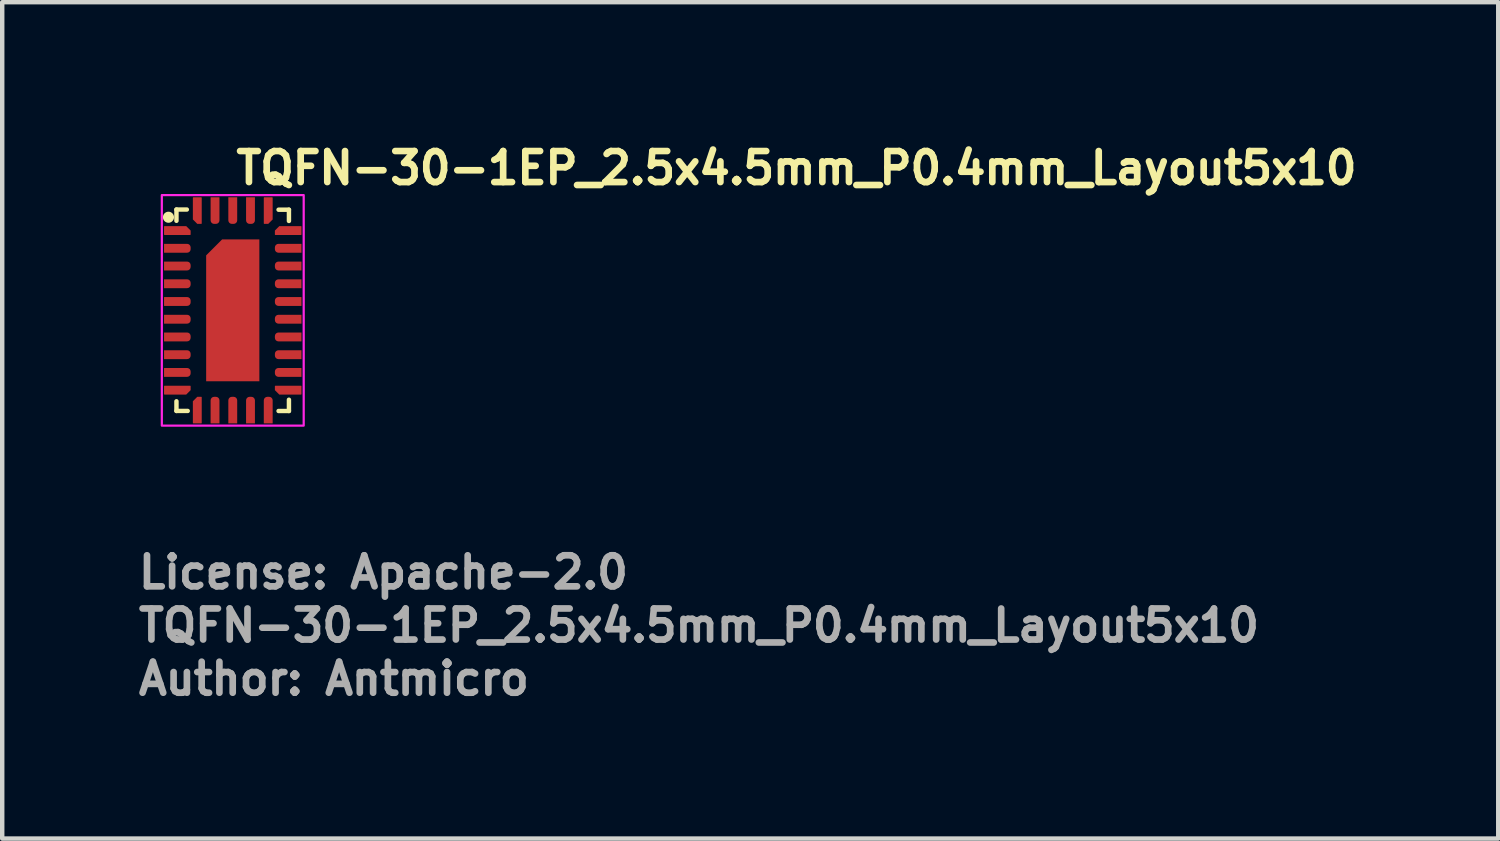
<source format=kicad_pcb>
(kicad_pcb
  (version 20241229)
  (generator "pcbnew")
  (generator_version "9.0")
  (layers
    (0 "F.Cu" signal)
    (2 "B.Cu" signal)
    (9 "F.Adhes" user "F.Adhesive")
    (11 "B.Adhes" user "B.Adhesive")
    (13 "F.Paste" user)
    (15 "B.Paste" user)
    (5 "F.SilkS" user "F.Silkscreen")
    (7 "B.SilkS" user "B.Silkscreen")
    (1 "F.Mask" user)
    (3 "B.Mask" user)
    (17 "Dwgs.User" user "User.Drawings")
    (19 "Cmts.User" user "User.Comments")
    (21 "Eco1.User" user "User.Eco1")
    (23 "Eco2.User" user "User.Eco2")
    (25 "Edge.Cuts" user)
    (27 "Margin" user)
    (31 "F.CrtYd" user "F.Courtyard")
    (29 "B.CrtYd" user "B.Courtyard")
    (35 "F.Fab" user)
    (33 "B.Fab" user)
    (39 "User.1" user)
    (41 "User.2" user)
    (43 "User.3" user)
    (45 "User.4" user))
  (footprint "TQFN-30-1EP_2.5x4.5mm_P0.4mm_Layout5x10"
    (layer "F.Cu")
    (at 2.2 3.95)
    (property "Reference" "TQFN-30-1EP_2.5x4.5mm_P0.4mm_Layout5x10" (at 0 -2.8 0) (layer "F.SilkS") (effects (font (size 0.7 0.7) (thickness 0.15)) (justify left bottom)))
    (attr smd)
    (fp_line (start -1.27 -2.274) (end -1.27 -2.02) (stroke (width 0.1) (type default)) (layer "F.SilkS"))
    (fp_line (start -1.27 2.051) (end -1.27 2.269) (stroke (width 0.1) (type default)) (layer "F.SilkS"))
    (fp_line (start -1.27 2.269) (end -1.016 2.269) (stroke (width 0.1) (type default)) (layer "F.SilkS"))
    (fp_line (start -1.036 -2.274) (end -1.27 -2.274) (stroke (width 0.1) (type default)) (layer "F.SilkS"))
    (fp_line (start 1.033 -2.27) (end 1.267 -2.27) (stroke (width 0.1) (type default)) (layer "F.SilkS"))
    (fp_line (start 1.033 2.27) (end 1.267 2.27) (stroke (width 0.1) (type default)) (layer "F.SilkS"))
    (fp_line (start 1.267 -2.27) (end 1.267 -2.016) (stroke (width 0.1) (type default)) (layer "F.SilkS"))
    (fp_line (start 1.267 2.27) (end 1.267 2.016) (stroke (width 0.1) (type default)) (layer "F.SilkS"))
    (fp_circle (center -1.45 -2.1) (end -1.4 -2.1) (stroke (width 0.15) (type solid)) (fill yes) (layer "F.SilkS"))
    (fp_rect (start -1.6 -2.6) (end 1.6 2.6) (stroke (width 0.05) (type solid)) (fill no) (layer "F.CrtYd"))
    (fp_rect (start -1.27 -2.27) (end 1.27 2.27) (stroke (width 0.1) (type solid)) (fill no) (layer "User.5"))
    (fp_line (start -1.25 -2.25) (end -1.25 2.25) (stroke (width 0.02) (type solid)) (layer "User.9"))
    (fp_line (start -1.25 -2.25) (end -1.25 2.25) (stroke (width 0.02) (type solid)) (layer "User.9"))
    (fp_line (start -1.25 -2.25) (end -1.25 2.25) (stroke (width 0.02) (type solid)) (layer "User.9"))
    (fp_line (start -1.25 -2.25) (end -1.25 2.25) (stroke (width 0.02) (type solid)) (layer "User.9"))
    (fp_line (start -1.25 -2.25) (end -1.25 2.25) (stroke (width 0.02) (type solid)) (layer "User.9"))
    (fp_line (start -1.25 -2.25) (end -1.25 2.25) (stroke (width 0.02) (type solid)) (layer "User.9"))
    (fp_line (start -1.25 -2.25) (end -1.25 2.25) (stroke (width 0.02) (type solid)) (layer "User.9"))
    (fp_line (start -1.25 -2.25) (end -1.25 2.25) (stroke (width 0.02) (type solid)) (layer "User.9"))
    (fp_line (start -1.25 -2.25) (end -1.25 2.25) (stroke (width 0.02) (type solid)) (layer "User.9"))
    (fp_line (start -1.25 -2.25) (end -1.25 2.25) (stroke (width 0.02) (type solid)) (layer "User.9"))
    (fp_line (start -1.25 -2.25) (end -1.25 2.25) (stroke (width 0.02) (type solid)) (layer "User.9"))
    (fp_line (start -1.25 -2.25) (end -1.25 2.25) (stroke (width 0.02) (type solid)) (layer "User.9"))
    (fp_line (start -1.25 2.25) (end 1.25 2.25) (stroke (width 0.02) (type solid)) (layer "User.9"))
    (fp_line (start -1.25 2.25) (end 1.25 2.25) (stroke (width 0.02) (type solid)) (layer "User.9"))
    (fp_line (start -1.25 2.25) (end 1.25 2.25) (stroke (width 0.02) (type solid)) (layer "User.9"))
    (fp_line (start -1.25 2.25) (end 1.25 2.25) (stroke (width 0.02) (type solid)) (layer "User.9"))
    (fp_line (start -1.25 2.25) (end 1.25 2.25) (stroke (width 0.02) (type solid)) (layer "User.9"))
    (fp_line (start -1.25 2.25) (end 1.25 2.25) (stroke (width 0.02) (type solid)) (layer "User.9"))
    (fp_line (start -1.25 2.25) (end 1.25 2.25) (stroke (width 0.02) (type solid)) (layer "User.9"))
    (fp_line (start -1.25 2.25) (end 1.25 2.25) (stroke (width 0.02) (type solid)) (layer "User.9"))
    (fp_line (start -1.25 2.25) (end 1.25 2.25) (stroke (width 0.02) (type solid)) (layer "User.9"))
    (fp_line (start -1.25 2.25) (end 1.25 2.25) (stroke (width 0.02) (type solid)) (layer "User.9"))
    (fp_line (start -1.25 2.25) (end 1.25 2.25) (stroke (width 0.02) (type solid)) (layer "User.9"))
    (fp_line (start -1.25 2.25) (end 1.25 2.25) (stroke (width 0.02) (type solid)) (layer "User.9"))
    (fp_line (start 1.25 -2.25) (end -1.25 -2.25) (stroke (width 0.02) (type solid)) (layer "User.9"))
    (fp_line (start 1.25 -2.25) (end -1.25 -2.25) (stroke (width 0.02) (type solid)) (layer "User.9"))
    (fp_line (start 1.25 -2.25) (end -1.25 -2.25) (stroke (width 0.02) (type solid)) (layer "User.9"))
    (fp_line (start 1.25 -2.25) (end -1.25 -2.25) (stroke (width 0.02) (type solid)) (layer "User.9"))
    (fp_line (start 1.25 -2.25) (end -1.25 -2.25) (stroke (width 0.02) (type solid)) (layer "User.9"))
    (fp_line (start 1.25 -2.25) (end -1.25 -2.25) (stroke (width 0.02) (type solid)) (layer "User.9"))
    (fp_line (start 1.25 -2.25) (end -1.25 -2.25) (stroke (width 0.02) (type solid)) (layer "User.9"))
    (fp_line (start 1.25 -2.25) (end -1.25 -2.25) (stroke (width 0.02) (type solid)) (layer "User.9"))
    (fp_line (start 1.25 -2.25) (end -1.25 -2.25) (stroke (width 0.02) (type solid)) (layer "User.9"))
    (fp_line (start 1.25 -2.25) (end -1.25 -2.25) (stroke (width 0.02) (type solid)) (layer "User.9"))
    (fp_line (start 1.25 -2.25) (end -1.25 -2.25) (stroke (width 0.02) (type solid)) (layer "User.9"))
    (fp_line (start 1.25 -2.25) (end -1.25 -2.25) (stroke (width 0.02) (type solid)) (layer "User.9"))
    (fp_line (start 1.25 2.25) (end 1.25 -2.25) (stroke (width 0.02) (type solid)) (layer "User.9"))
    (fp_line (start 1.25 2.25) (end 1.25 -2.25) (stroke (width 0.02) (type solid)) (layer "User.9"))
    (fp_line (start 1.25 2.25) (end 1.25 -2.25) (stroke (width 0.02) (type solid)) (layer "User.9"))
    (fp_line (start 1.25 2.25) (end 1.25 -2.25) (stroke (width 0.02) (type solid)) (layer "User.9"))
    (fp_line (start 1.25 2.25) (end 1.25 -2.25) (stroke (width 0.02) (type solid)) (layer "User.9"))
    (fp_line (start 1.25 2.25) (end 1.25 -2.25) (stroke (width 0.02) (type solid)) (layer "User.9"))
    (fp_line (start 1.25 2.25) (end 1.25 -2.25) (stroke (width 0.02) (type solid)) (layer "User.9"))
    (fp_line (start 1.25 2.25) (end 1.25 -2.25) (stroke (width 0.02) (type solid)) (layer "User.9"))
    (fp_line (start 1.25 2.25) (end 1.25 -2.25) (stroke (width 0.02) (type solid)) (layer "User.9"))
    (fp_line (start 1.25 2.25) (end 1.25 -2.25) (stroke (width 0.02) (type solid)) (layer "User.9"))
    (fp_line (start 1.25 2.25) (end 1.25 -2.25) (stroke (width 0.02) (type solid)) (layer "User.9"))
    (fp_line (start 1.25 2.25) (end 1.25 -2.25) (stroke (width 0.02) (type solid)) (layer "User.9"))
    (fp_circle (center -0.925 -1.875) (end -0.757 -1.875) (stroke (width 0.02) (type default)) (fill no) (layer "User.9"))
    (fp_text user "Author: Antmicro" (at -2.2 8.718 0) (layer "F.Fab") (effects (font (size 0.7 0.7) (thickness 0.15)) (justify left bottom)))
    (fp_text user "${REFERENCE}" (at -2.2 7.518 0) (layer "F.Fab") (effects (font (size 0.7 0.7) (thickness 0.15)) (justify left bottom)))
    (fp_text user "License: Apache-2.0" (at -2.2 6.318 0) (layer "F.Fab") (effects (font (size 0.7 0.7) (thickness 0.15)) (justify left bottom)))
    (pad "1" smd roundrect (at -1.25 -1.8) (size 0.6 0.2) (layers "F.Cu" "F.Mask" "F.Paste") (roundrect_rratio 0.06) (chamfer_ratio 0.5) (chamfer top_right))
    (pad "2" smd roundrect (at -1.25 -1.4) (size 0.6 0.2) (layers "F.Cu" "F.Mask" "F.Paste") (roundrect_rratio 0.4) (chamfer_ratio 0) (chamfer top_left bottom_left))
    (pad "3" smd roundrect (at -1.25 -1) (size 0.6 0.2) (layers "F.Cu" "F.Mask" "F.Paste") (roundrect_rratio 0.4) (chamfer_ratio 0) (chamfer top_left bottom_left))
    (pad "4" smd roundrect (at -1.25 -0.6) (size 0.6 0.2) (layers "F.Cu" "F.Mask" "F.Paste") (roundrect_rratio 0.4) (chamfer_ratio 0) (chamfer top_left bottom_left))
    (pad "5" smd roundrect (at -1.25 -0.2) (size 0.6 0.2) (layers "F.Cu" "F.Mask" "F.Paste") (roundrect_rratio 0.4) (chamfer_ratio 0) (chamfer top_left bottom_left))
    (pad "6" smd roundrect (at -1.25 0.2) (size 0.6 0.2) (layers "F.Cu" "F.Mask" "F.Paste") (roundrect_rratio 0.4) (chamfer_ratio 0) (chamfer top_left bottom_left))
    (pad "7" smd roundrect (at -1.25 0.6) (size 0.6 0.2) (layers "F.Cu" "F.Mask" "F.Paste") (roundrect_rratio 0.4) (chamfer_ratio 0) (chamfer top_left bottom_left))
    (pad "8" smd roundrect (at -1.25 1) (size 0.6 0.2) (layers "F.Cu" "F.Mask" "F.Paste") (roundrect_rratio 0.4) (chamfer_ratio 0) (chamfer top_left bottom_left))
    (pad "9" smd roundrect (at -1.25 1.4) (size 0.6 0.2) (layers "F.Cu" "F.Mask" "F.Paste") (roundrect_rratio 0.4) (chamfer_ratio 0) (chamfer top_left bottom_left))
    (pad "10" smd roundrect (at -1.25 1.8) (size 0.6 0.2) (layers "F.Cu" "F.Mask" "F.Paste") (roundrect_rratio 0.06) (chamfer_ratio 0.5) (chamfer bottom_right))
    (pad "11" smd roundrect (at -0.8 2.25 90) (size 0.6 0.2) (layers "F.Cu" "F.Mask" "F.Paste") (roundrect_rratio 0.06) (chamfer_ratio 0.5) (chamfer top_right))
    (pad "12" smd roundrect (at -0.4 2.25 90) (size 0.6 0.2) (layers "F.Cu" "F.Mask" "F.Paste") (roundrect_rratio 0.4) (chamfer_ratio 0) (chamfer top_left bottom_left))
    (pad "13" smd roundrect (at 0 2.25 90) (size 0.6 0.2) (layers "F.Cu" "F.Mask" "F.Paste") (roundrect_rratio 0.4) (chamfer_ratio 0) (chamfer top_left bottom_left))
    (pad "14" smd roundrect (at 0.4 2.25 90) (size 0.6 0.2) (layers "F.Cu" "F.Mask" "F.Paste") (roundrect_rratio 0.4) (chamfer_ratio 0) (chamfer top_left bottom_left))
    (pad "15" smd roundrect (at 0.8 2.25 90) (size 0.6 0.2) (layers "F.Cu" "F.Mask" "F.Paste") (roundrect_rratio 0.4) (chamfer_ratio 0) (chamfer top_left bottom_left))
    (pad "16" smd roundrect (at 1.25 1.8) (size 0.6 0.2) (layers "F.Cu" "F.Mask" "F.Paste") (roundrect_rratio 0.06) (chamfer_ratio 0.5) (chamfer bottom_left))
    (pad "17" smd roundrect (at 1.25 1.4) (size 0.6 0.2) (layers "F.Cu" "F.Mask" "F.Paste") (roundrect_rratio 0.4) (chamfer_ratio 0) (chamfer top_right bottom_right))
    (pad "18" smd roundrect (at 1.25 1) (size 0.6 0.2) (layers "F.Cu" "F.Mask" "F.Paste") (roundrect_rratio 0.4) (chamfer_ratio 0) (chamfer top_right bottom_right))
    (pad "19" smd roundrect (at 1.25 0.6) (size 0.6 0.2) (layers "F.Cu" "F.Mask" "F.Paste") (roundrect_rratio 0.4) (chamfer_ratio 0) (chamfer top_right bottom_right))
    (pad "20" smd roundrect (at 1.25 0.2) (size 0.6 0.2) (layers "F.Cu" "F.Mask" "F.Paste") (roundrect_rratio 0.4) (chamfer_ratio 0) (chamfer top_right bottom_right))
    (pad "21" smd roundrect (at 1.25 -0.2) (size 0.6 0.2) (layers "F.Cu" "F.Mask" "F.Paste") (roundrect_rratio 0.4) (chamfer_ratio 0) (chamfer top_right bottom_right))
    (pad "22" smd roundrect (at 1.25 -0.6) (size 0.6 0.2) (layers "F.Cu" "F.Mask" "F.Paste") (roundrect_rratio 0.4) (chamfer_ratio 0) (chamfer top_right bottom_right))
    (pad "23" smd roundrect (at 1.25 -1) (size 0.6 0.2) (layers "F.Cu" "F.Mask" "F.Paste") (roundrect_rratio 0.4) (chamfer_ratio 0) (chamfer top_right bottom_right))
    (pad "24" smd roundrect (at 1.25 -1.4) (size 0.6 0.2) (layers "F.Cu" "F.Mask" "F.Paste") (roundrect_rratio 0.4) (chamfer_ratio 0) (chamfer top_right bottom_right))
    (pad "25" smd roundrect (at 1.25 -1.8) (size 0.6 0.2) (layers "F.Cu" "F.Mask" "F.Paste") (roundrect_rratio 0.06) (chamfer_ratio 0.5) (chamfer top_left))
    (pad "26" smd roundrect (at 0.8 -2.25 90) (size 0.6 0.2) (layers "F.Cu" "F.Mask" "F.Paste") (roundrect_rratio 0.06) (chamfer_ratio 0.5) (chamfer bottom_left))
    (pad "27" smd roundrect (at 0.4 -2.25 90) (size 0.6 0.2) (layers "F.Cu" "F.Mask" "F.Paste") (roundrect_rratio 0.4) (chamfer_ratio 0) (chamfer top_right bottom_right))
    (pad "28" smd roundrect (at 0 -2.25 90) (size 0.6 0.2) (layers "F.Cu" "F.Mask" "F.Paste") (roundrect_rratio 0.4) (chamfer_ratio 0) (chamfer top_right bottom_right))
    (pad "29" smd roundrect (at -0.4 -2.25 90) (size 0.6 0.2) (layers "F.Cu" "F.Mask" "F.Paste") (roundrect_rratio 0.4) (chamfer_ratio 0) (chamfer top_right bottom_right))
    (pad "30" smd roundrect (at -0.8 -2.25 90) (size 0.6 0.2) (layers "F.Cu" "F.Mask" "F.Paste") (roundrect_rratio 0.06) (chamfer_ratio 0.5) (chamfer top_left))
    (pad "31" smd roundrect (at 0 0 90) (size 3.2 1.2) (layers "F.Cu" "F.Mask" "F.Paste") (roundrect_rratio 0) (chamfer_ratio 0.3) (chamfer top_right)))
  (gr_rect
    (start -3 -3)
    (end 30.743 15.864)
    (stroke (width 0.1) (type default))
    (fill no)
    (layer "Edge.Cuts")))
</source>
